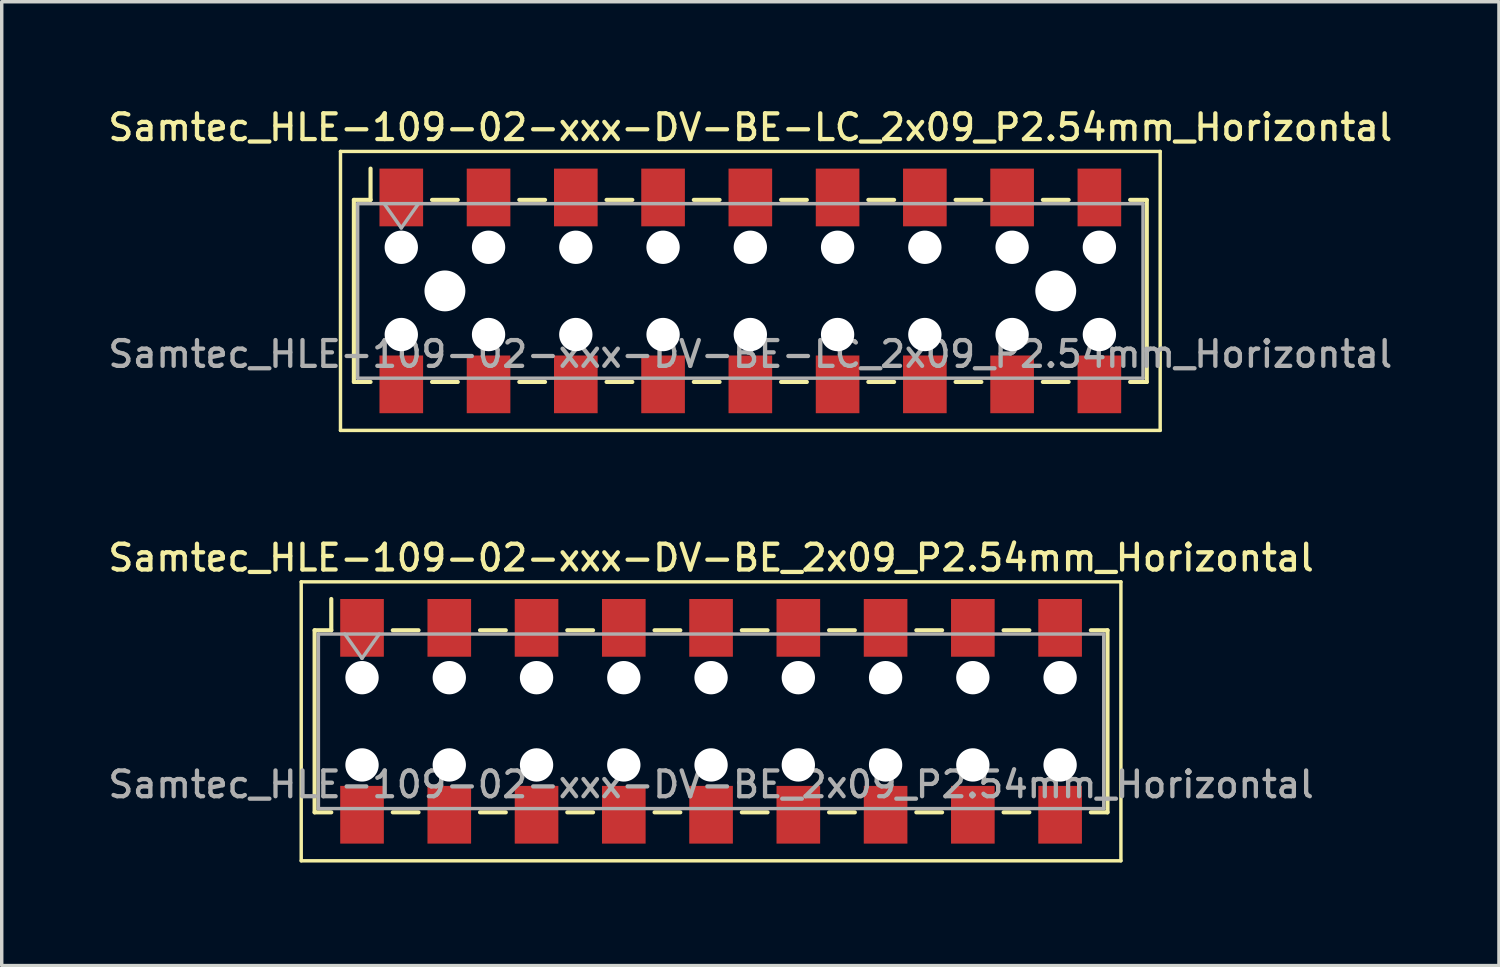
<source format=kicad_pcb>
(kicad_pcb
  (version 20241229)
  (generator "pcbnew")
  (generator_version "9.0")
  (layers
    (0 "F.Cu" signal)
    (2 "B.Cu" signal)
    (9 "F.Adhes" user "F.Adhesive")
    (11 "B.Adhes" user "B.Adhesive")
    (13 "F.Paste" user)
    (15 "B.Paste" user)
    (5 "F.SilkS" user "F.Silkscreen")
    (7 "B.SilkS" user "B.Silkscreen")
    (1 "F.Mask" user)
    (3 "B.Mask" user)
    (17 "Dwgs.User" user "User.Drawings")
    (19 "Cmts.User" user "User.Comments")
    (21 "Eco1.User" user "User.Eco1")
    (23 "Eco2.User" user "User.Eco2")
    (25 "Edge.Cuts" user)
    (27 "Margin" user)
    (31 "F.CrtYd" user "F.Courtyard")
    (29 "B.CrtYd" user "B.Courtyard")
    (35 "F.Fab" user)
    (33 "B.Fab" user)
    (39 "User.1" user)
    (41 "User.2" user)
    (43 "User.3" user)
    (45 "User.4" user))
  (footprint "Samtec_HLE-109-02-xxx-DV-BE-LC_2x09_P2.54mm_Horizontal"
    (layer "F.Cu")
    (at 18.791 5.418)
    (property "Reference" "Samtec_HLE-109-02-xxx-DV-BE-LC_2x09_P2.54mm_Horizontal" (at 0 -4.76 0) (layer "F.SilkS") (effects (font (size 0.75 0.75) (thickness 0.125))))
    (attr smd)
    (fp_line (start -11.93 -4.06) (end 11.93 -4.06) (stroke (width 0.1) (type solid)) (layer "F.SilkS"))
    (fp_line (start -11.93 4.06) (end -11.93 -4.06) (stroke (width 0.1) (type solid)) (layer "F.SilkS"))
    (fp_line (start -11.54 -2.65) (end -11.54 2.65) (stroke (width 0.12) (type solid)) (layer "F.SilkS"))
    (fp_line (start -11.54 2.65) (end -11.055 2.65) (stroke (width 0.12) (type solid)) (layer "F.SilkS"))
    (fp_line (start -11.055 -3.56) (end -11.055 -2.65) (stroke (width 0.12) (type solid)) (layer "F.SilkS"))
    (fp_line (start -11.055 -2.65) (end -11.54 -2.65) (stroke (width 0.12) (type solid)) (layer "F.SilkS"))
    (fp_line (start -9.265 -2.65) (end -8.515 -2.65) (stroke (width 0.12) (type solid)) (layer "F.SilkS"))
    (fp_line (start -9.265 2.65) (end -8.515 2.65) (stroke (width 0.12) (type solid)) (layer "F.SilkS"))
    (fp_line (start -6.725 -2.65) (end -5.975 -2.65) (stroke (width 0.12) (type solid)) (layer "F.SilkS"))
    (fp_line (start -6.725 2.65) (end -5.975 2.65) (stroke (width 0.12) (type solid)) (layer "F.SilkS"))
    (fp_line (start -4.185 -2.65) (end -3.435 -2.65) (stroke (width 0.12) (type solid)) (layer "F.SilkS"))
    (fp_line (start -4.185 2.65) (end -3.435 2.65) (stroke (width 0.12) (type solid)) (layer "F.SilkS"))
    (fp_line (start -1.645 -2.65) (end -0.895 -2.65) (stroke (width 0.12) (type solid)) (layer "F.SilkS"))
    (fp_line (start -1.645 2.65) (end -0.895 2.65) (stroke (width 0.12) (type solid)) (layer "F.SilkS"))
    (fp_line (start 0.895 -2.65) (end 1.645 -2.65) (stroke (width 0.12) (type solid)) (layer "F.SilkS"))
    (fp_line (start 0.895 2.65) (end 1.645 2.65) (stroke (width 0.12) (type solid)) (layer "F.SilkS"))
    (fp_line (start 3.435 -2.65) (end 4.185 -2.65) (stroke (width 0.12) (type solid)) (layer "F.SilkS"))
    (fp_line (start 3.435 2.65) (end 4.185 2.65) (stroke (width 0.12) (type solid)) (layer "F.SilkS"))
    (fp_line (start 5.975 -2.65) (end 6.725 -2.65) (stroke (width 0.12) (type solid)) (layer "F.SilkS"))
    (fp_line (start 5.975 2.65) (end 6.725 2.65) (stroke (width 0.12) (type solid)) (layer "F.SilkS"))
    (fp_line (start 8.515 -2.65) (end 9.265 -2.65) (stroke (width 0.12) (type solid)) (layer "F.SilkS"))
    (fp_line (start 8.515 2.65) (end 9.265 2.65) (stroke (width 0.12) (type solid)) (layer "F.SilkS"))
    (fp_line (start 11.055 -2.65) (end 11.54 -2.65) (stroke (width 0.12) (type solid)) (layer "F.SilkS"))
    (fp_line (start 11.54 -2.65) (end 11.54 2.65) (stroke (width 0.12) (type solid)) (layer "F.SilkS"))
    (fp_line (start 11.54 2.65) (end 11.055 2.65) (stroke (width 0.12) (type solid)) (layer "F.SilkS"))
    (fp_line (start 11.93 -4.06) (end 11.93 4.06) (stroke (width 0.1) (type solid)) (layer "F.SilkS"))
    (fp_line (start 11.93 4.06) (end -11.93 4.06) (stroke (width 0.1) (type solid)) (layer "F.SilkS"))
    (fp_line (start -11.43 -2.54) (end 11.43 -2.54) (stroke (width 0.1) (type solid)) (layer "F.Fab"))
    (fp_line (start -11.43 2.54) (end -11.43 -2.54) (stroke (width 0.1) (type solid)) (layer "F.Fab"))
    (fp_line (start -10.66 -2.54) (end -10.16 -1.833) (stroke (width 0.1) (type solid)) (layer "F.Fab"))
    (fp_line (start -10.16 -1.833) (end -9.66 -2.54) (stroke (width 0.1) (type solid)) (layer "F.Fab"))
    (fp_line (start 11.43 -2.54) (end 11.43 2.54) (stroke (width 0.1) (type solid)) (layer "F.Fab"))
    (fp_line (start 11.43 2.54) (end -11.43 2.54) (stroke (width 0.1) (type solid)) (layer "F.Fab"))
    (fp_text user "${REFERENCE}" (at 0 1.84 0) (layer "F.Fab") (effects (font (size 0.75 0.75) (thickness 0.125))))
    (pad "" np_thru_hole circle (at -10.16 -1.27) (size 0.97 0.97) (drill 0.97) (layers "*.Cu" "*.Mask"))
    (pad "" np_thru_hole circle (at -10.16 1.27) (size 0.97 0.97) (drill 0.97) (layers "*.Cu" "*.Mask"))
    (pad "" np_thru_hole circle (at -8.89 0) (size 1.19 1.19) (drill 1.19) (layers "*.Cu" "*.Mask"))
    (pad "" np_thru_hole circle (at -7.62 -1.27) (size 0.97 0.97) (drill 0.97) (layers "*.Cu" "*.Mask"))
    (pad "" np_thru_hole circle (at -7.62 1.27) (size 0.97 0.97) (drill 0.97) (layers "*.Cu" "*.Mask"))
    (pad "" np_thru_hole circle (at -5.08 -1.27) (size 0.97 0.97) (drill 0.97) (layers "*.Cu" "*.Mask"))
    (pad "" np_thru_hole circle (at -5.08 1.27) (size 0.97 0.97) (drill 0.97) (layers "*.Cu" "*.Mask"))
    (pad "" np_thru_hole circle (at -2.54 -1.27) (size 0.97 0.97) (drill 0.97) (layers "*.Cu" "*.Mask"))
    (pad "" np_thru_hole circle (at -2.54 1.27) (size 0.97 0.97) (drill 0.97) (layers "*.Cu" "*.Mask"))
    (pad "" np_thru_hole circle (at 0 -1.27) (size 0.97 0.97) (drill 0.97) (layers "*.Cu" "*.Mask"))
    (pad "" np_thru_hole circle (at 0 1.27) (size 0.97 0.97) (drill 0.97) (layers "*.Cu" "*.Mask"))
    (pad "" np_thru_hole circle (at 2.54 -1.27) (size 0.97 0.97) (drill 0.97) (layers "*.Cu" "*.Mask"))
    (pad "" np_thru_hole circle (at 2.54 1.27) (size 0.97 0.97) (drill 0.97) (layers "*.Cu" "*.Mask"))
    (pad "" np_thru_hole circle (at 5.08 -1.27) (size 0.97 0.97) (drill 0.97) (layers "*.Cu" "*.Mask"))
    (pad "" np_thru_hole circle (at 5.08 1.27) (size 0.97 0.97) (drill 0.97) (layers "*.Cu" "*.Mask"))
    (pad "" np_thru_hole circle (at 7.62 -1.27) (size 0.97 0.97) (drill 0.97) (layers "*.Cu" "*.Mask"))
    (pad "" np_thru_hole circle (at 7.62 1.27) (size 0.97 0.97) (drill 0.97) (layers "*.Cu" "*.Mask"))
    (pad "" np_thru_hole circle (at 8.89 0) (size 1.19 1.19) (drill 1.19) (layers "*.Cu" "*.Mask"))
    (pad "" np_thru_hole circle (at 10.16 -1.27) (size 0.97 0.97) (drill 0.97) (layers "*.Cu" "*.Mask"))
    (pad "" np_thru_hole circle (at 10.16 1.27) (size 0.97 0.97) (drill 0.97) (layers "*.Cu" "*.Mask"))
    (pad "1" smd rect (at -10.16 -2.72) (size 1.27 1.68) (layers "F.Cu" "F.Mask" "F.Paste"))
    (pad "2" smd rect (at -10.16 2.72) (size 1.27 1.68) (layers "F.Cu" "F.Mask" "F.Paste"))
    (pad "3" smd rect (at -7.62 -2.72) (size 1.27 1.68) (layers "F.Cu" "F.Mask" "F.Paste"))
    (pad "4" smd rect (at -7.62 2.72) (size 1.27 1.68) (layers "F.Cu" "F.Mask" "F.Paste"))
    (pad "5" smd rect (at -5.08 -2.72) (size 1.27 1.68) (layers "F.Cu" "F.Mask" "F.Paste"))
    (pad "6" smd rect (at -5.08 2.72) (size 1.27 1.68) (layers "F.Cu" "F.Mask" "F.Paste"))
    (pad "7" smd rect (at -2.54 -2.72) (size 1.27 1.68) (layers "F.Cu" "F.Mask" "F.Paste"))
    (pad "8" smd rect (at -2.54 2.72) (size 1.27 1.68) (layers "F.Cu" "F.Mask" "F.Paste"))
    (pad "9" smd rect (at 0 -2.72) (size 1.27 1.68) (layers "F.Cu" "F.Mask" "F.Paste"))
    (pad "10" smd rect (at 0 2.72) (size 1.27 1.68) (layers "F.Cu" "F.Mask" "F.Paste"))
    (pad "11" smd rect (at 2.54 -2.72) (size 1.27 1.68) (layers "F.Cu" "F.Mask" "F.Paste"))
    (pad "12" smd rect (at 2.54 2.72) (size 1.27 1.68) (layers "F.Cu" "F.Mask" "F.Paste"))
    (pad "13" smd rect (at 5.08 -2.72) (size 1.27 1.68) (layers "F.Cu" "F.Mask" "F.Paste"))
    (pad "14" smd rect (at 5.08 2.72) (size 1.27 1.68) (layers "F.Cu" "F.Mask" "F.Paste"))
    (pad "15" smd rect (at 7.62 -2.72) (size 1.27 1.68) (layers "F.Cu" "F.Mask" "F.Paste"))
    (pad "16" smd rect (at 7.62 2.72) (size 1.27 1.68) (layers "F.Cu" "F.Mask" "F.Paste"))
    (pad "17" smd rect (at 10.16 -2.72) (size 1.27 1.68) (layers "F.Cu" "F.Mask" "F.Paste"))
    (pad "18" smd rect (at 10.16 2.72) (size 1.27 1.68) (layers "F.Cu" "F.Mask" "F.Paste")))
  (footprint "Samtec_HLE-109-02-xxx-DV-BE_2x09_P2.54mm_Horizontal"
    (layer "F.Cu")
    (at 17.648 17.946)
    (property "Reference" "Samtec_HLE-109-02-xxx-DV-BE_2x09_P2.54mm_Horizontal" (at 0 -4.76 0) (layer "F.SilkS") (effects (font (size 0.75 0.75) (thickness 0.125))))
    (attr smd)
    (fp_line (start -11.93 -4.06) (end 11.93 -4.06) (stroke (width 0.1) (type solid)) (layer "F.SilkS"))
    (fp_line (start -11.93 4.06) (end -11.93 -4.06) (stroke (width 0.1) (type solid)) (layer "F.SilkS"))
    (fp_line (start -11.54 -2.65) (end -11.54 2.65) (stroke (width 0.12) (type solid)) (layer "F.SilkS"))
    (fp_line (start -11.54 2.65) (end -11.055 2.65) (stroke (width 0.12) (type solid)) (layer "F.SilkS"))
    (fp_line (start -11.055 -3.56) (end -11.055 -2.65) (stroke (width 0.12) (type solid)) (layer "F.SilkS"))
    (fp_line (start -11.055 -2.65) (end -11.54 -2.65) (stroke (width 0.12) (type solid)) (layer "F.SilkS"))
    (fp_line (start -9.265 -2.65) (end -8.515 -2.65) (stroke (width 0.12) (type solid)) (layer "F.SilkS"))
    (fp_line (start -9.265 2.65) (end -8.515 2.65) (stroke (width 0.12) (type solid)) (layer "F.SilkS"))
    (fp_line (start -6.725 -2.65) (end -5.975 -2.65) (stroke (width 0.12) (type solid)) (layer "F.SilkS"))
    (fp_line (start -6.725 2.65) (end -5.975 2.65) (stroke (width 0.12) (type solid)) (layer "F.SilkS"))
    (fp_line (start -4.185 -2.65) (end -3.435 -2.65) (stroke (width 0.12) (type solid)) (layer "F.SilkS"))
    (fp_line (start -4.185 2.65) (end -3.435 2.65) (stroke (width 0.12) (type solid)) (layer "F.SilkS"))
    (fp_line (start -1.645 -2.65) (end -0.895 -2.65) (stroke (width 0.12) (type solid)) (layer "F.SilkS"))
    (fp_line (start -1.645 2.65) (end -0.895 2.65) (stroke (width 0.12) (type solid)) (layer "F.SilkS"))
    (fp_line (start 0.895 -2.65) (end 1.645 -2.65) (stroke (width 0.12) (type solid)) (layer "F.SilkS"))
    (fp_line (start 0.895 2.65) (end 1.645 2.65) (stroke (width 0.12) (type solid)) (layer "F.SilkS"))
    (fp_line (start 3.435 -2.65) (end 4.185 -2.65) (stroke (width 0.12) (type solid)) (layer "F.SilkS"))
    (fp_line (start 3.435 2.65) (end 4.185 2.65) (stroke (width 0.12) (type solid)) (layer "F.SilkS"))
    (fp_line (start 5.975 -2.65) (end 6.725 -2.65) (stroke (width 0.12) (type solid)) (layer "F.SilkS"))
    (fp_line (start 5.975 2.65) (end 6.725 2.65) (stroke (width 0.12) (type solid)) (layer "F.SilkS"))
    (fp_line (start 8.515 -2.65) (end 9.265 -2.65) (stroke (width 0.12) (type solid)) (layer "F.SilkS"))
    (fp_line (start 8.515 2.65) (end 9.265 2.65) (stroke (width 0.12) (type solid)) (layer "F.SilkS"))
    (fp_line (start 11.055 -2.65) (end 11.54 -2.65) (stroke (width 0.12) (type solid)) (layer "F.SilkS"))
    (fp_line (start 11.54 -2.65) (end 11.54 2.65) (stroke (width 0.12) (type solid)) (layer "F.SilkS"))
    (fp_line (start 11.54 2.65) (end 11.055 2.65) (stroke (width 0.12) (type solid)) (layer "F.SilkS"))
    (fp_line (start 11.93 -4.06) (end 11.93 4.06) (stroke (width 0.1) (type solid)) (layer "F.SilkS"))
    (fp_line (start 11.93 4.06) (end -11.93 4.06) (stroke (width 0.1) (type solid)) (layer "F.SilkS"))
    (fp_line (start -11.43 -2.54) (end 11.43 -2.54) (stroke (width 0.1) (type solid)) (layer "F.Fab"))
    (fp_line (start -11.43 2.54) (end -11.43 -2.54) (stroke (width 0.1) (type solid)) (layer "F.Fab"))
    (fp_line (start -10.66 -2.54) (end -10.16 -1.833) (stroke (width 0.1) (type solid)) (layer "F.Fab"))
    (fp_line (start -10.16 -1.833) (end -9.66 -2.54) (stroke (width 0.1) (type solid)) (layer "F.Fab"))
    (fp_line (start 11.43 -2.54) (end 11.43 2.54) (stroke (width 0.1) (type solid)) (layer "F.Fab"))
    (fp_line (start 11.43 2.54) (end -11.43 2.54) (stroke (width 0.1) (type solid)) (layer "F.Fab"))
    (fp_text user "${REFERENCE}" (at 0 1.84 0) (layer "F.Fab") (effects (font (size 0.75 0.75) (thickness 0.125))))
    (pad "" np_thru_hole circle (at -10.16 -1.27) (size 0.97 0.97) (drill 0.97) (layers "*.Cu" "*.Mask"))
    (pad "" np_thru_hole circle (at -10.16 1.27) (size 0.97 0.97) (drill 0.97) (layers "*.Cu" "*.Mask"))
    (pad "" np_thru_hole circle (at -7.62 -1.27) (size 0.97 0.97) (drill 0.97) (layers "*.Cu" "*.Mask"))
    (pad "" np_thru_hole circle (at -7.62 1.27) (size 0.97 0.97) (drill 0.97) (layers "*.Cu" "*.Mask"))
    (pad "" np_thru_hole circle (at -5.08 -1.27) (size 0.97 0.97) (drill 0.97) (layers "*.Cu" "*.Mask"))
    (pad "" np_thru_hole circle (at -5.08 1.27) (size 0.97 0.97) (drill 0.97) (layers "*.Cu" "*.Mask"))
    (pad "" np_thru_hole circle (at -2.54 -1.27) (size 0.97 0.97) (drill 0.97) (layers "*.Cu" "*.Mask"))
    (pad "" np_thru_hole circle (at -2.54 1.27) (size 0.97 0.97) (drill 0.97) (layers "*.Cu" "*.Mask"))
    (pad "" np_thru_hole circle (at 0 -1.27) (size 0.97 0.97) (drill 0.97) (layers "*.Cu" "*.Mask"))
    (pad "" np_thru_hole circle (at 0 1.27) (size 0.97 0.97) (drill 0.97) (layers "*.Cu" "*.Mask"))
    (pad "" np_thru_hole circle (at 2.54 -1.27) (size 0.97 0.97) (drill 0.97) (layers "*.Cu" "*.Mask"))
    (pad "" np_thru_hole circle (at 2.54 1.27) (size 0.97 0.97) (drill 0.97) (layers "*.Cu" "*.Mask"))
    (pad "" np_thru_hole circle (at 5.08 -1.27) (size 0.97 0.97) (drill 0.97) (layers "*.Cu" "*.Mask"))
    (pad "" np_thru_hole circle (at 5.08 1.27) (size 0.97 0.97) (drill 0.97) (layers "*.Cu" "*.Mask"))
    (pad "" np_thru_hole circle (at 7.62 -1.27) (size 0.97 0.97) (drill 0.97) (layers "*.Cu" "*.Mask"))
    (pad "" np_thru_hole circle (at 7.62 1.27) (size 0.97 0.97) (drill 0.97) (layers "*.Cu" "*.Mask"))
    (pad "" np_thru_hole circle (at 10.16 -1.27) (size 0.97 0.97) (drill 0.97) (layers "*.Cu" "*.Mask"))
    (pad "" np_thru_hole circle (at 10.16 1.27) (size 0.97 0.97) (drill 0.97) (layers "*.Cu" "*.Mask"))
    (pad "1" smd rect (at -10.16 -2.72) (size 1.27 1.68) (layers "F.Cu" "F.Mask" "F.Paste"))
    (pad "2" smd rect (at -10.16 2.72) (size 1.27 1.68) (layers "F.Cu" "F.Mask" "F.Paste"))
    (pad "3" smd rect (at -7.62 -2.72) (size 1.27 1.68) (layers "F.Cu" "F.Mask" "F.Paste"))
    (pad "4" smd rect (at -7.62 2.72) (size 1.27 1.68) (layers "F.Cu" "F.Mask" "F.Paste"))
    (pad "5" smd rect (at -5.08 -2.72) (size 1.27 1.68) (layers "F.Cu" "F.Mask" "F.Paste"))
    (pad "6" smd rect (at -5.08 2.72) (size 1.27 1.68) (layers "F.Cu" "F.Mask" "F.Paste"))
    (pad "7" smd rect (at -2.54 -2.72) (size 1.27 1.68) (layers "F.Cu" "F.Mask" "F.Paste"))
    (pad "8" smd rect (at -2.54 2.72) (size 1.27 1.68) (layers "F.Cu" "F.Mask" "F.Paste"))
    (pad "9" smd rect (at 0 -2.72) (size 1.27 1.68) (layers "F.Cu" "F.Mask" "F.Paste"))
    (pad "10" smd rect (at 0 2.72) (size 1.27 1.68) (layers "F.Cu" "F.Mask" "F.Paste"))
    (pad "11" smd rect (at 2.54 -2.72) (size 1.27 1.68) (layers "F.Cu" "F.Mask" "F.Paste"))
    (pad "12" smd rect (at 2.54 2.72) (size 1.27 1.68) (layers "F.Cu" "F.Mask" "F.Paste"))
    (pad "13" smd rect (at 5.08 -2.72) (size 1.27 1.68) (layers "F.Cu" "F.Mask" "F.Paste"))
    (pad "14" smd rect (at 5.08 2.72) (size 1.27 1.68) (layers "F.Cu" "F.Mask" "F.Paste"))
    (pad "15" smd rect (at 7.62 -2.72) (size 1.27 1.68) (layers "F.Cu" "F.Mask" "F.Paste"))
    (pad "16" smd rect (at 7.62 2.72) (size 1.27 1.68) (layers "F.Cu" "F.Mask" "F.Paste"))
    (pad "17" smd rect (at 10.16 -2.72) (size 1.27 1.68) (layers "F.Cu" "F.Mask" "F.Paste"))
    (pad "18" smd rect (at 10.16 2.72) (size 1.27 1.68) (layers "F.Cu" "F.Mask" "F.Paste")))
  (gr_rect
    (start -3 -3)
    (end 40.582 25.056)
    (stroke (width 0.1) (type default))
    (fill no)
    (layer "Edge.Cuts")))
</source>
